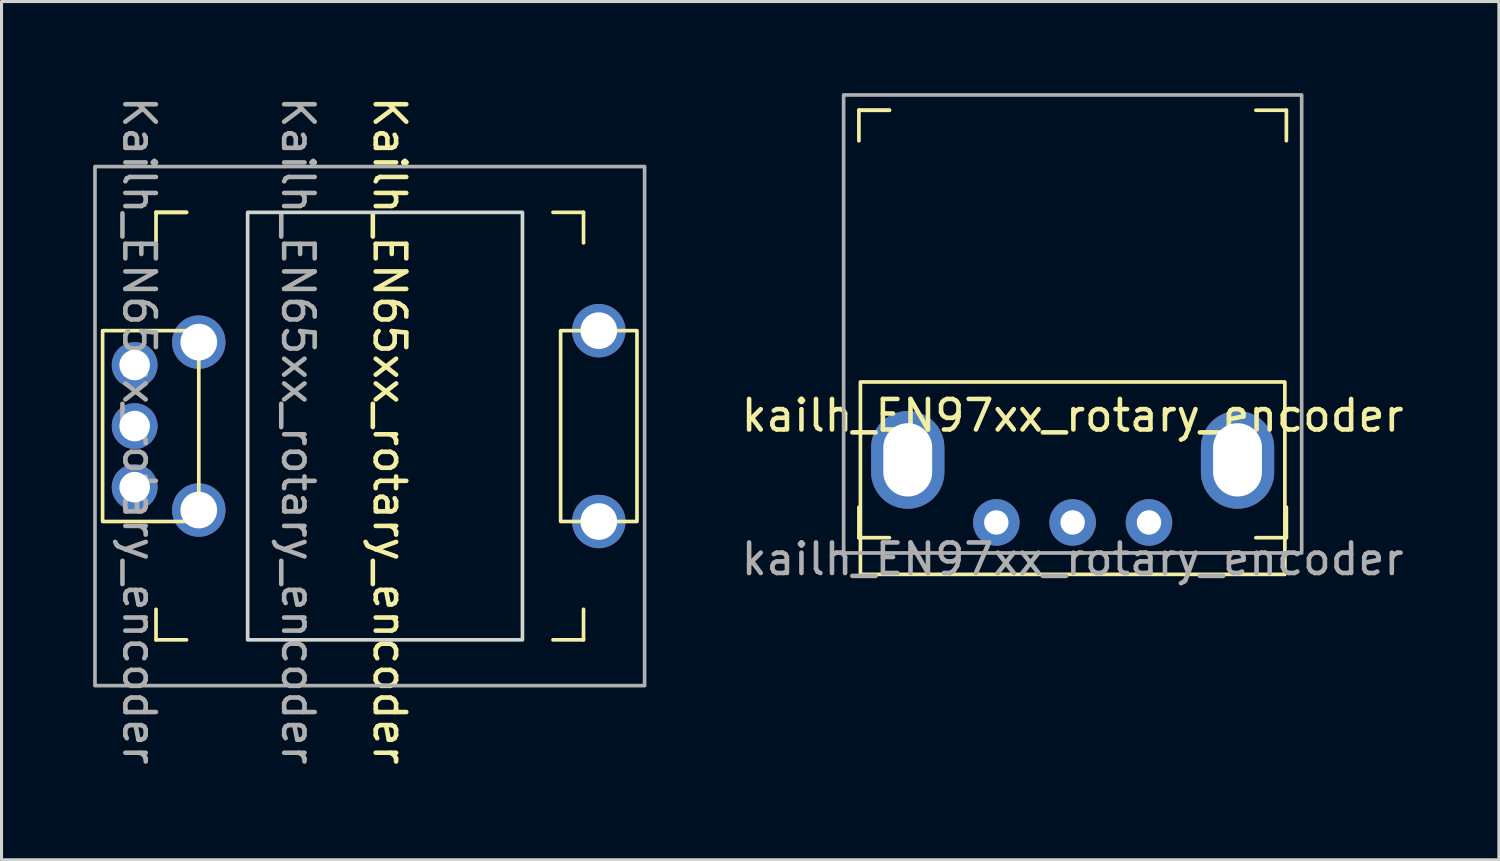
<source format=kicad_pcb>
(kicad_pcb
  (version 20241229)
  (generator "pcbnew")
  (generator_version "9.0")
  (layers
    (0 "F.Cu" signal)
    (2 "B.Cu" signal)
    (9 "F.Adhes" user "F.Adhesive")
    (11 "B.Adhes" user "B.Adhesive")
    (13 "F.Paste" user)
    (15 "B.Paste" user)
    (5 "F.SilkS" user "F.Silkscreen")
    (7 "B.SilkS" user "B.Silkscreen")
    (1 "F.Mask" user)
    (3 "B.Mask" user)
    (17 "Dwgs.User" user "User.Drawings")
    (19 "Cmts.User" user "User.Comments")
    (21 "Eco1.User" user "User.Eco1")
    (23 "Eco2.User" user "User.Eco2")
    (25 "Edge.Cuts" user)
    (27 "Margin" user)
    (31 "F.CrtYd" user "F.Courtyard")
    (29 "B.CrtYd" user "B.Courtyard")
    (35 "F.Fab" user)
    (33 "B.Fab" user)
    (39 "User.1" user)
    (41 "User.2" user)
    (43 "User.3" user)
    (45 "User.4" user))
  (footprint "Kailh_EN65xx_rotary_encoder"
    (layer "F.Cu")
    (at 9.06 10.904)
    (property "Reference" "Kailh_EN65xx_rotary_encoder" (at 0.65 0.15 270) (unlocked yes) (layer "F.SilkS") (effects (font (size 1 1) (thickness 0.15))))
    (attr through_hole)
    (fp_line (start -7 -7) (end -7 -6) (stroke (width 0.12) (type solid)) (layer "F.SilkS"))
    (fp_line (start -7 -7) (end -6 -7) (stroke (width 0.12) (type solid)) (layer "F.SilkS"))
    (fp_line (start -7 6) (end -7 7) (stroke (width 0.12) (type solid)) (layer "F.SilkS"))
    (fp_line (start -7 7) (end -6 7) (stroke (width 0.12) (type solid)) (layer "F.SilkS"))
    (fp_line (start -6 -7) (end -7 -7) (stroke (width 0.12) (type solid)) (layer "F.SilkS"))
    (fp_line (start 6 7) (end 7 7) (stroke (width 0.12) (type solid)) (layer "F.SilkS"))
    (fp_line (start 7 -7) (end 6 -7) (stroke (width 0.12) (type solid)) (layer "F.SilkS"))
    (fp_line (start 7 -6) (end 7 -7) (stroke (width 0.12) (type solid)) (layer "F.SilkS"))
    (fp_line (start 7 7) (end 7 6) (stroke (width 0.12) (type solid)) (layer "F.SilkS"))
    (fp_rect (start -5.6 -3.125) (end -8.75 3.125) (stroke (width 0.12) (type solid)) (fill no) (layer "F.SilkS"))
    (fp_rect (start 8.75 -3.125) (end 6.25 3.125) (stroke (width 0.12) (type solid)) (fill no) (layer "F.SilkS"))
    (fp_rect (start -8.75 -8.25) (end 8.75 8.25) (stroke (width 0.12) (type solid)) (fill no) (layer "Eco2.User"))
    (fp_rect (start -4 -7) (end 5 7) (stroke (width 0.12) (type solid)) (fill no) (layer "Edge.Cuts"))
    (fp_rect (start -9 -8.5) (end 9 8.5) (stroke (width 0.12) (type solid)) (fill no) (layer "F.Fab"))
    (fp_text user "${REFERENCE}" (at -2.35 0.15 270) (unlocked yes) (layer "F.Fab") (effects (font (size 1 1) (thickness 0.15))))
    (fp_text user "${REFERENCE}" (at -7.55 0.15 270) (unlocked yes) (layer "F.Fab") (effects (font (size 1 1) (thickness 0.15))))
    (pad "A" thru_hole circle (at -7.7 2 270) (size 1.5 1.5) (drill 1) (layers "*.Cu" "*.Mask"))
    (pad "B" thru_hole circle (at -7.7 -2 270) (size 1.5 1.5) (drill 1) (layers "*.Cu" "*.Mask"))
    (pad "C" thru_hole circle (at -7.7 0 270) (size 1.5 1.5) (drill 1) (layers "*.Cu" "*.Mask"))
    (pad "Shield" thru_hole circle (at -5.6 -2.75 270) (size 1.75 1.75) (drill 1.2) (layers "*.Cu" "*.Mask"))
    (pad "Shield" thru_hole circle (at -5.6 2.75 270) (size 1.75 1.75) (drill 1.2) (layers "*.Cu" "*.Mask"))
    (pad "Shield0" thru_hole circle (at 7.5 -3.125 270) (size 1.75 1.75) (drill 1.2) (layers "*.Cu" "*.Mask"))
    (pad "Shield1" thru_hole circle (at 7.5 3.125 270) (size 1.75 1.75) (drill 1.2) (layers "*.Cu" "*.Mask")))
  (footprint "kailh_EN97xx_rotary_encoder"
    (layer "F.Cu")
    (at 32.078 7.56)
    (property "Reference" "kailh_EN97xx_rotary_encoder" (at 0 3 0) (unlocked yes) (layer "F.SilkS") (effects (font (size 1 1) (thickness 0.15))))
    (attr through_hole)
    (fp_line (start -7 -7) (end -7 -6) (stroke (width 0.12) (type solid)) (layer "F.SilkS"))
    (fp_line (start -7 -7) (end -6 -7) (stroke (width 0.12) (type solid)) (layer "F.SilkS"))
    (fp_line (start -7 6) (end -7 7) (stroke (width 0.12) (type solid)) (layer "F.SilkS"))
    (fp_line (start -7 7) (end -6 7) (stroke (width 0.12) (type solid)) (layer "F.SilkS"))
    (fp_line (start -6 -7) (end -7 -7) (stroke (width 0.12) (type solid)) (layer "F.SilkS"))
    (fp_line (start 6 7) (end 7 7) (stroke (width 0.12) (type solid)) (layer "F.SilkS"))
    (fp_line (start 7 -7) (end 6 -7) (stroke (width 0.12) (type solid)) (layer "F.SilkS"))
    (fp_line (start 7 -6) (end 7 -7) (stroke (width 0.12) (type solid)) (layer "F.SilkS"))
    (fp_line (start 7 7) (end 7 6) (stroke (width 0.12) (type solid)) (layer "F.SilkS"))
    (fp_rect (start -6.95 1.9) (end 6.95 8.2) (stroke (width 0.12) (type solid)) (fill no) (layer "F.SilkS"))
    (fp_rect (start -6.9 -6.9) (end 6.9 6.9) (stroke (width 0.12) (type solid)) (fill no) (layer "Eco2.User"))
    (fp_rect (start -7.5 -7.5) (end 7.5 7.5) (stroke (width 0.12) (type solid)) (fill no) (layer "F.Fab"))
    (fp_text user "${REFERENCE}" (at 0 7.7 0) (unlocked yes) (layer "F.Fab") (effects (font (size 1 1) (thickness 0.15))))
    (pad "A" thru_hole circle (at 2.5 6.5) (size 1.524 1.524) (drill 0.8) (layers "*.Cu" "*.Mask"))
    (pad "B" thru_hole circle (at 0 6.5) (size 1.524 1.524) (drill 0.8) (layers "*.Cu" "*.Mask"))
    (pad "C" thru_hole circle (at -2.5 6.5) (size 1.524 1.524) (drill 0.8) (layers "*.Cu" "*.Mask"))
    (pad "Shield" thru_hole oval (at -5.4 4.45) (size 2.4 3.2) (drill oval 1.6 2.4) (layers "*.Cu" "*.Mask"))
    (pad "Shield" thru_hole oval (at 5.4 4.45) (size 2.4 3.2) (drill oval 1.6 2.4) (layers "*.Cu" "*.Mask")))
  (gr_rect
    (start -3 -3)
    (end 46.037 25.107)
    (stroke (width 0.1) (type default))
    (fill no)
    (layer "Edge.Cuts")))
</source>
